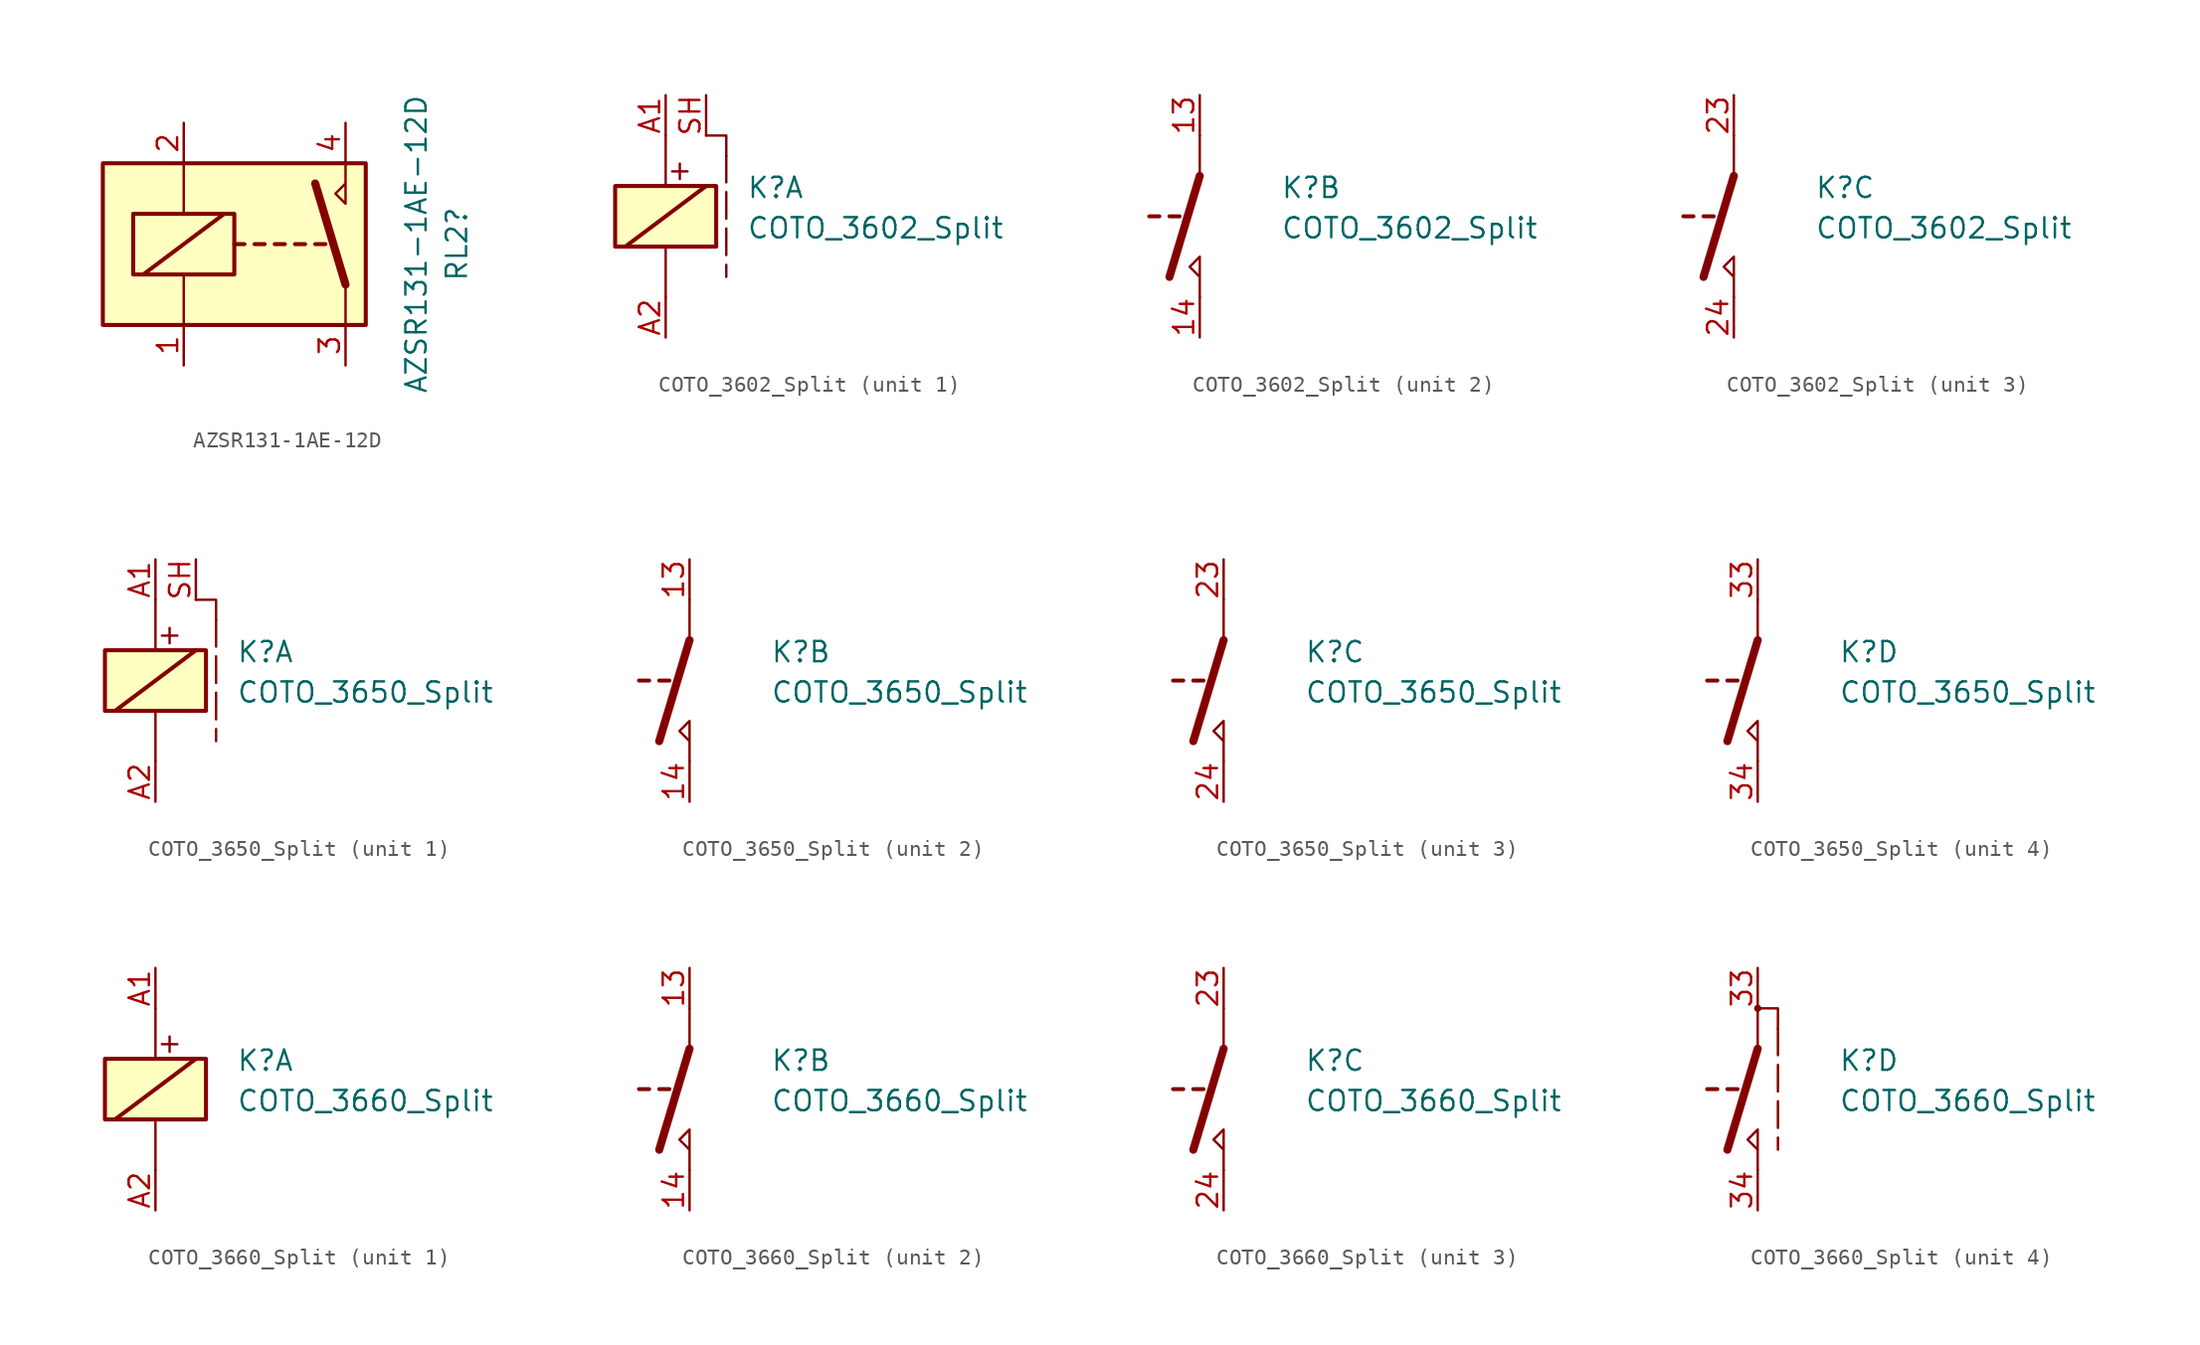
<source format=kicad_sym>
(kicad_symbol_lib
  (version 20231120)
  (generator "kicad_symbol_editor")
  (generator_version "8.0")
  (symbol "AZSR131-1AE-12D"
    (property "Reference" "RL2"
      (at 12.065 0 90)
      (effects (font (size 1.27 1.27))))
    (property "Value" "AZSR131-1AE-12D"
      (at 9.525 0 90)
      (effects (font (size 1.27 1.27))))
    (symbol "AZSR131-1AE-12D_0_0"
      (polyline (pts (xy 5.08 5.08) (xy 5.08 2.54) (xy 4.445 3.175) (xy 5.08 3.81)) (stroke (width 0) (type default)) (fill (type none))))
    (symbol "AZSR131-1AE-12D_0_1"
      (rectangle (start -10.16 5.08) (end 6.35 -5.08) (stroke (width 0.254) (type default)) (fill (type background)))
      (rectangle (start -8.255 1.905) (end -1.905 -1.905) (stroke (width 0.254) (type default)) (fill (type none)))
      (polyline (pts (xy -7.62 -1.905) (xy -2.54 1.905)) (stroke (width 0.254) (type default)) (fill (type none)))
      (polyline (pts (xy -5.08 -5.08) (xy -5.08 -1.905)) (stroke (width 0) (type default)) (fill (type none)))
      (polyline (pts (xy -5.08 5.08) (xy -5.08 1.905)) (stroke (width 0) (type default)) (fill (type none)))
      (polyline (pts (xy -1.905 0) (xy -1.27 0)) (stroke (width 0.254) (type default)) (fill (type none)))
      (polyline (pts (xy -0.635 0) (xy 0 0)) (stroke (width 0.254) (type default)) (fill (type none)))
      (polyline (pts (xy 0.635 0) (xy 1.27 0)) (stroke (width 0.254) (type default)) (fill (type none)))
      (polyline (pts (xy 1.905 0) (xy 2.54 0)) (stroke (width 0.254) (type default)) (fill (type none)))
      (polyline (pts (xy 3.175 0) (xy 3.81 0)) (stroke (width 0.254) (type default)) (fill (type none)))
      (polyline (pts (xy 5.08 -2.54) (xy 3.175 3.81)) (stroke (width 0.508) (type default)) (fill (type none)))
      (polyline (pts (xy 5.08 -2.54) (xy 5.08 -5.08)) (stroke (width 0) (type default)) (fill (type none))))
    (symbol "AZSR131-1AE-12D_1_1"
      (pin passive line (at -5.08 -7.62 90) (length 2.54) (name "~" (effects (font (size 1.27 1.27)))) (number "1" (effects (font (size 1.27 1.27)))))
      (pin passive line (at -5.08 7.62 270) (length 2.54) (name "~" (effects (font (size 1.27 1.27)))) (number "2" (effects (font (size 1.27 1.27)))))
      (pin passive line (at 5.08 -7.62 90) (length 2.54) (name "~" (effects (font (size 1.27 1.27)))) (number "3" (effects (font (size 1.27 1.27)))))
      (pin passive line (at 5.08 7.62 270) (length 2.54) (name "~" (effects (font (size 1.27 1.27)))) (number "4" (effects (font (size 1.27 1.27)))))))
  (symbol "COTO_3602_Split"
    (property "Reference" "K"
      (at 5.08 2.54 0)
      (effects (font (size 1.27 1.27)) (justify left top)))
    (property "Value" "COTO_3602_Split"
      (at 5.08 0 0)
      (effects (font (size 1.27 1.27)) (justify left top)))
    (property "ki_locked" ""
      (at 0 0 0)
      (effects (font (size 1.27 1.27))))
    (symbol "COTO_3602_Split_1_0"
      (text "+" (at 0.889 2.921 0) (effects (font (size 1.27 1.27)))))
    (symbol "COTO_3602_Split_1_1"
      (rectangle (start -3.175 1.905) (end 3.175 -1.905) (stroke (width 0.254) (type default)) (fill (type background)))
      (polyline (pts (xy -2.54 -1.905) (xy 2.54 1.905)) (stroke (width 0.254) (type default)) (fill (type none)))
      (polyline (pts (xy 0 -5.08) (xy 0 -1.905)) (stroke (width 0) (type default)) (fill (type none)))
      (polyline (pts (xy 0 5.08) (xy 0 1.905)) (stroke (width 0) (type default)) (fill (type none)))
      (polyline (pts (xy 3.81 3.81) (xy 3.81 -3.81)) (stroke (width 0) (type dash)) (fill (type none)))
      (polyline (pts (xy 2.54 5.08) (xy 3.81 5.08) (xy 3.81 3.81)) (stroke (width 0) (type default)) (fill (type none)))
      (pin passive line (at 0 7.62 270) (length 2.54) (name "~" (effects (font (size 1.27 1.27)))) (number "A1" (effects (font (size 1.27 1.27)))))
      (pin passive line (at 0 -7.62 90) (length 2.54) (name "~" (effects (font (size 1.27 1.27)))) (number "A2" (effects (font (size 1.27 1.27)))))
      (pin passive line (at 2.54 7.62 270) (length 2.54) (name "~" (effects (font (size 1.27 1.27)))) (number "SH" (effects (font (size 1.27 1.27))))))
    (symbol "COTO_3602_Split_2_1"
      (polyline (pts (xy -3.175 0) (xy -2.54 0)) (stroke (width 0.254) (type default)) (fill (type none)))
      (polyline (pts (xy -1.905 0) (xy -1.27 0)) (stroke (width 0.254) (type default)) (fill (type none)))
      (polyline (pts (xy 0 2.54) (xy -1.905 -3.81)) (stroke (width 0.508) (type default)) (fill (type none)))
      (polyline (pts (xy 0 2.54) (xy 0 5.08)) (stroke (width 0) (type default)) (fill (type none)))
      (polyline (pts (xy 0 -5.08) (xy 0 -2.54) (xy -0.635 -3.175) (xy 0 -3.81)) (stroke (width 0) (type default)) (fill (type none)))
      (pin passive line (at 0 7.62 270) (length 2.54) (name "~" (effects (font (size 1.27 1.27)))) (number "13" (effects (font (size 1.27 1.27)))))
      (pin passive line (at 0 -7.62 90) (length 2.54) (name "~" (effects (font (size 1.27 1.27)))) (number "14" (effects (font (size 1.27 1.27))))))
    (symbol "COTO_3602_Split_3_1"
      (polyline (pts (xy -3.175 0) (xy -2.54 0)) (stroke (width 0.254) (type default)) (fill (type none)))
      (polyline (pts (xy -1.905 0) (xy -1.27 0)) (stroke (width 0.254) (type default)) (fill (type none)))
      (polyline (pts (xy 0 2.54) (xy -1.905 -3.81)) (stroke (width 0.508) (type default)) (fill (type none)))
      (polyline (pts (xy 0 2.54) (xy 0 5.08)) (stroke (width 0) (type default)) (fill (type none)))
      (polyline (pts (xy 0 -5.08) (xy 0 -2.54) (xy -0.635 -3.175) (xy 0 -3.81)) (stroke (width 0) (type default)) (fill (type none)))
      (pin passive line (at 0 7.62 270) (length 2.54) (name "~" (effects (font (size 1.27 1.27)))) (number "23" (effects (font (size 1.27 1.27)))))
      (pin passive line (at 0 -7.62 90) (length 2.54) (name "~" (effects (font (size 1.27 1.27)))) (number "24" (effects (font (size 1.27 1.27)))))))
  (symbol "COTO_3650_Split"
    (property "Reference" "K"
      (at 5.08 2.54 0)
      (effects (font (size 1.27 1.27)) (justify left top)))
    (property "Value" "COTO_3650_Split"
      (at 5.08 0 0)
      (effects (font (size 1.27 1.27)) (justify left top)))
    (property "ki_locked" ""
      (at 0 0 0)
      (effects (font (size 1.27 1.27))))
    (symbol "COTO_3650_Split_1_0"
      (text "+" (at 0.889 2.921 0) (effects (font (size 1.27 1.27)))))
    (symbol "COTO_3650_Split_1_1"
      (rectangle (start -3.175 1.905) (end 3.175 -1.905) (stroke (width 0.254) (type default)) (fill (type background)))
      (polyline (pts (xy -2.54 -1.905) (xy 2.54 1.905)) (stroke (width 0.254) (type default)) (fill (type none)))
      (polyline (pts (xy 0 -5.08) (xy 0 -1.905)) (stroke (width 0) (type default)) (fill (type none)))
      (polyline (pts (xy 0 5.08) (xy 0 1.905)) (stroke (width 0) (type default)) (fill (type none)))
      (polyline (pts (xy 3.81 3.81) (xy 3.81 -3.81)) (stroke (width 0) (type dash)) (fill (type none)))
      (polyline (pts (xy 2.54 5.08) (xy 3.81 5.08) (xy 3.81 3.81)) (stroke (width 0) (type default)) (fill (type none)))
      (pin passive line (at 0 7.62 270) (length 2.54) (name "~" (effects (font (size 1.27 1.27)))) (number "A1" (effects (font (size 1.27 1.27)))))
      (pin passive line (at 0 -7.62 90) (length 2.54) (name "~" (effects (font (size 1.27 1.27)))) (number "A2" (effects (font (size 1.27 1.27)))))
      (pin passive line (at 2.54 7.62 270) (length 2.54) (name "~" (effects (font (size 1.27 1.27)))) (number "SH" (effects (font (size 1.27 1.27))))))
    (symbol "COTO_3650_Split_2_1"
      (polyline (pts (xy -3.175 0) (xy -2.54 0)) (stroke (width 0.254) (type default)) (fill (type none)))
      (polyline (pts (xy -1.905 0) (xy -1.27 0)) (stroke (width 0.254) (type default)) (fill (type none)))
      (polyline (pts (xy 0 2.54) (xy -1.905 -3.81)) (stroke (width 0.508) (type default)) (fill (type none)))
      (polyline (pts (xy 0 2.54) (xy 0 5.08)) (stroke (width 0) (type default)) (fill (type none)))
      (polyline (pts (xy 0 -5.08) (xy 0 -2.54) (xy -0.635 -3.175) (xy 0 -3.81)) (stroke (width 0) (type default)) (fill (type none)))
      (pin passive line (at 0 7.62 270) (length 2.54) (name "~" (effects (font (size 1.27 1.27)))) (number "13" (effects (font (size 1.27 1.27)))))
      (pin passive line (at 0 -7.62 90) (length 2.54) (name "~" (effects (font (size 1.27 1.27)))) (number "14" (effects (font (size 1.27 1.27))))))
    (symbol "COTO_3650_Split_3_1"
      (polyline (pts (xy -3.175 0) (xy -2.54 0)) (stroke (width 0.254) (type default)) (fill (type none)))
      (polyline (pts (xy -1.905 0) (xy -1.27 0)) (stroke (width 0.254) (type default)) (fill (type none)))
      (polyline (pts (xy 0 2.54) (xy -1.905 -3.81)) (stroke (width 0.508) (type default)) (fill (type none)))
      (polyline (pts (xy 0 2.54) (xy 0 5.08)) (stroke (width 0) (type default)) (fill (type none)))
      (polyline (pts (xy 0 -5.08) (xy 0 -2.54) (xy -0.635 -3.175) (xy 0 -3.81)) (stroke (width 0) (type default)) (fill (type none)))
      (pin passive line (at 0 7.62 270) (length 2.54) (name "~" (effects (font (size 1.27 1.27)))) (number "23" (effects (font (size 1.27 1.27)))))
      (pin passive line (at 0 -7.62 90) (length 2.54) (name "~" (effects (font (size 1.27 1.27)))) (number "24" (effects (font (size 1.27 1.27))))))
    (symbol "COTO_3650_Split_4_1"
      (polyline (pts (xy -3.175 0) (xy -2.54 0)) (stroke (width 0.254) (type default)) (fill (type none)))
      (polyline (pts (xy -1.905 0) (xy -1.27 0)) (stroke (width 0.254) (type default)) (fill (type none)))
      (polyline (pts (xy 0 2.54) (xy -1.905 -3.81)) (stroke (width 0.508) (type default)) (fill (type none)))
      (polyline (pts (xy 0 2.54) (xy 0 5.08)) (stroke (width 0) (type default)) (fill (type none)))
      (polyline (pts (xy 0 -5.08) (xy 0 -2.54) (xy -0.635 -3.175) (xy 0 -3.81)) (stroke (width 0) (type default)) (fill (type none)))
      (pin passive line (at 0 7.62 270) (length 2.54) (name "~" (effects (font (size 1.27 1.27)))) (number "33" (effects (font (size 1.27 1.27)))))
      (pin passive line (at 0 -7.62 90) (length 2.54) (name "~" (effects (font (size 1.27 1.27)))) (number "34" (effects (font (size 1.27 1.27)))))))
  (symbol "COTO_3660_Split"
    (property "Reference" "K"
      (at 5.08 2.54 0)
      (effects (font (size 1.27 1.27)) (justify left top)))
    (property "Value" "COTO_3660_Split"
      (at 5.08 0 0)
      (effects (font (size 1.27 1.27)) (justify left top)))
    (symbol "COTO_3660_Split_1_0"
      (text "+" (at 0.889 2.921 0) (effects (font (size 1.27 1.27)))))
    (symbol "COTO_3660_Split_1_1"
      (rectangle (start -3.175 1.905) (end 3.175 -1.905) (stroke (width 0.254) (type default)) (fill (type background)))
      (polyline (pts (xy -2.54 -1.905) (xy 2.54 1.905)) (stroke (width 0.254) (type default)) (fill (type none)))
      (polyline (pts (xy 0 -5.08) (xy 0 -1.905)) (stroke (width 0) (type default)) (fill (type none)))
      (polyline (pts (xy 0 5.08) (xy 0 1.905)) (stroke (width 0) (type default)) (fill (type none)))
      (pin passive line (at 0 7.62 270) (length 2.54) (name "~" (effects (font (size 1.27 1.27)))) (number "A1" (effects (font (size 1.27 1.27)))))
      (pin passive line (at 0 -7.62 90) (length 2.54) (name "~" (effects (font (size 1.27 1.27)))) (number "A2" (effects (font (size 1.27 1.27))))))
    (symbol "COTO_3660_Split_2_1"
      (polyline (pts (xy -3.175 0) (xy -2.54 0)) (stroke (width 0.254) (type default)) (fill (type none)))
      (polyline (pts (xy -1.905 0) (xy -1.27 0)) (stroke (width 0.254) (type default)) (fill (type none)))
      (polyline (pts (xy 0 2.54) (xy -1.905 -3.81)) (stroke (width 0.508) (type default)) (fill (type none)))
      (polyline (pts (xy 0 2.54) (xy 0 5.08)) (stroke (width 0) (type default)) (fill (type none)))
      (polyline (pts (xy 0 -5.08) (xy 0 -2.54) (xy -0.635 -3.175) (xy 0 -3.81)) (stroke (width 0) (type default)) (fill (type none)))
      (pin passive line (at 0 7.62 270) (length 2.54) (name "~" (effects (font (size 1.27 1.27)))) (number "13" (effects (font (size 1.27 1.27)))))
      (pin passive line (at 0 -7.62 90) (length 2.54) (name "~" (effects (font (size 1.27 1.27)))) (number "14" (effects (font (size 1.27 1.27))))))
    (symbol "COTO_3660_Split_3_1"
      (polyline (pts (xy -3.175 0) (xy -2.54 0)) (stroke (width 0.254) (type default)) (fill (type none)))
      (polyline (pts (xy -1.905 0) (xy -1.27 0)) (stroke (width 0.254) (type default)) (fill (type none)))
      (polyline (pts (xy 0 2.54) (xy -1.905 -3.81)) (stroke (width 0.508) (type default)) (fill (type none)))
      (polyline (pts (xy 0 2.54) (xy 0 5.08)) (stroke (width 0) (type default)) (fill (type none)))
      (polyline (pts (xy 0 -5.08) (xy 0 -2.54) (xy -0.635 -3.175) (xy 0 -3.81)) (stroke (width 0) (type default)) (fill (type none)))
      (pin passive line (at 0 7.62 270) (length 2.54) (name "~" (effects (font (size 1.27 1.27)))) (number "23" (effects (font (size 1.27 1.27)))))
      (pin passive line (at 0 -7.62 90) (length 2.54) (name "~" (effects (font (size 1.27 1.27)))) (number "24" (effects (font (size 1.27 1.27))))))
    (symbol "COTO_3660_Split_4_1"
      (polyline (pts (xy -3.175 0) (xy -2.54 0)) (stroke (width 0.254) (type default)) (fill (type none)))
      (polyline (pts (xy -1.905 0) (xy -1.27 0)) (stroke (width 0.254) (type default)) (fill (type none)))
      (polyline (pts (xy 0 2.54) (xy -1.905 -3.81)) (stroke (width 0.508) (type default)) (fill (type none)))
      (polyline (pts (xy 0 2.54) (xy 0 5.08)) (stroke (width 0) (type default)) (fill (type none)))
      (polyline (pts (xy 1.27 3.81) (xy 1.27 -3.81)) (stroke (width 0) (type dash)) (fill (type none)))
      (polyline (pts (xy 0 5.08) (xy 1.27 5.08) (xy 1.27 3.81)) (stroke (width 0) (type default)) (fill (type none)))
      (polyline (pts (xy 0 -5.08) (xy 0 -2.54) (xy -0.635 -3.175) (xy 0 -3.81)) (stroke (width 0) (type default)) (fill (type none)))
      (circle (center 0 5.08) (radius 0.152) (stroke (width 0) (type default)) (fill (type none)))
      (pin passive line (at 0 7.62 270) (length 2.54) (name "~" (effects (font (size 1.27 1.27)))) (number "33" (effects (font (size 1.27 1.27)))))
      (pin passive line (at 0 -7.62 90) (length 2.54) (name "~" (effects (font (size 1.27 1.27)))) (number "34" (effects (font (size 1.27 1.27))))))))
</source>
